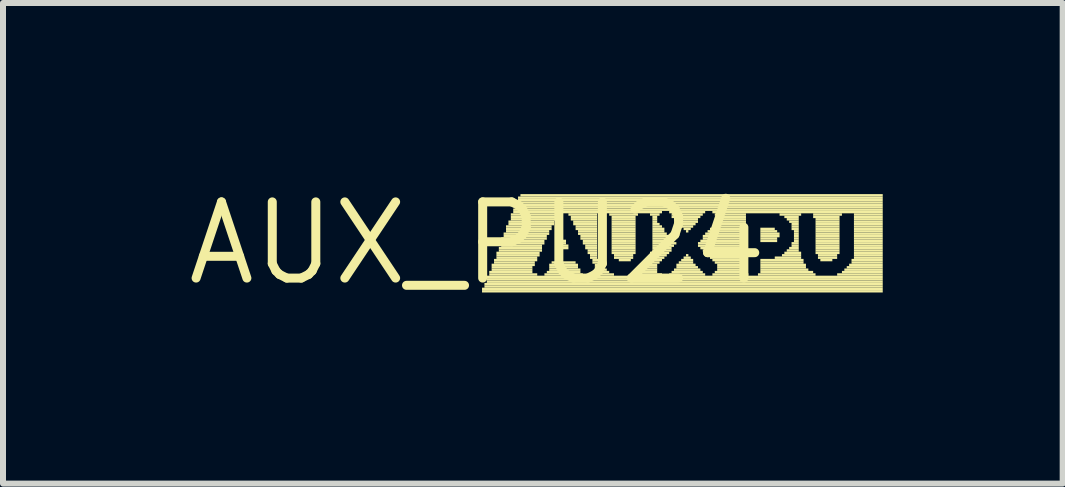
<source format=kicad_pcb>
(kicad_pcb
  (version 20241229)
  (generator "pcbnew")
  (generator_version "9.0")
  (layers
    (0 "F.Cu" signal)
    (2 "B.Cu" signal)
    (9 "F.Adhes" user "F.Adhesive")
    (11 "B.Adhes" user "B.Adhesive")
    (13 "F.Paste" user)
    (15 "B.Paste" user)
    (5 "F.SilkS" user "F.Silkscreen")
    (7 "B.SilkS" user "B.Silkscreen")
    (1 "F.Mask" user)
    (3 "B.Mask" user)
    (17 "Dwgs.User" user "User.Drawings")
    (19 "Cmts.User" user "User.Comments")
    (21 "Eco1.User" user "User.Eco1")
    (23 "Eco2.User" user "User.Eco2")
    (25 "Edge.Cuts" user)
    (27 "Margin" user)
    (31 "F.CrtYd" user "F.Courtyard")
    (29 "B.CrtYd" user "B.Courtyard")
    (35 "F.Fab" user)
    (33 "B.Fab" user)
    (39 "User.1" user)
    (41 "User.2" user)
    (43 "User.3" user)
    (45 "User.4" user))
  (footprint "AUX_PU24"
    (layer "F.Cu")
    (at 4.906 1.006)
    (property "Reference" "AUX_PU24" (at 0 0 0) (layer "F.SilkS") (effects (font (size 1.27 1.27) (thickness 0.15))))
    (fp_poly (pts (xy 0.08 0.78) (xy 6.76 0.78) (xy 6.76 0.74) (xy 0.08 0.74)) (stroke (width 0) (type default)) (fill yes) (layer "F.SilkS"))
    (fp_poly (pts (xy 0.08 0.82) (xy 6.76 0.82) (xy 6.76 0.78) (xy 0.08 0.78)) (stroke (width 0) (type default)) (fill yes) (layer "F.SilkS"))
    (fp_poly (pts (xy 0.12 0.7) (xy 6.76 0.7) (xy 6.76 0.66) (xy 0.12 0.66)) (stroke (width 0) (type default)) (fill yes) (layer "F.SilkS"))
    (fp_poly (pts (xy 0.12 0.74) (xy 6.76 0.74) (xy 6.76 0.7) (xy 0.12 0.7)) (stroke (width 0) (type default)) (fill yes) (layer "F.SilkS"))
    (fp_poly (pts (xy 0.16 0.58) (xy 6.76 0.58) (xy 6.76 0.54) (xy 0.16 0.54)) (stroke (width 0) (type default)) (fill yes) (layer "F.SilkS"))
    (fp_poly (pts (xy 0.16 0.62) (xy 6.76 0.62) (xy 6.76 0.58) (xy 0.16 0.58)) (stroke (width 0) (type default)) (fill yes) (layer "F.SilkS"))
    (fp_poly (pts (xy 0.16 0.66) (xy 6.76 0.66) (xy 6.76 0.62) (xy 0.16 0.62)) (stroke (width 0) (type default)) (fill yes) (layer "F.SilkS"))
    (fp_poly (pts (xy 0.2 0.5) (xy 0.92 0.5) (xy 0.92 0.46) (xy 0.2 0.46)) (stroke (width 0) (type default)) (fill yes) (layer "F.SilkS"))
    (fp_poly (pts (xy 0.2 0.54) (xy 1 0.54) (xy 1 0.5) (xy 0.2 0.5)) (stroke (width 0) (type default)) (fill yes) (layer "F.SilkS"))
    (fp_poly (pts (xy 0.24 0.38) (xy 0.96 0.38) (xy 0.96 0.34) (xy 0.24 0.34)) (stroke (width 0) (type default)) (fill yes) (layer "F.SilkS"))
    (fp_poly (pts (xy 0.24 0.42) (xy 0.92 0.42) (xy 0.92 0.38) (xy 0.24 0.38)) (stroke (width 0) (type default)) (fill yes) (layer "F.SilkS"))
    (fp_poly (pts (xy 0.24 0.46) (xy 0.92 0.46) (xy 0.92 0.42) (xy 0.24 0.42)) (stroke (width 0) (type default)) (fill yes) (layer "F.SilkS"))
    (fp_poly (pts (xy 0.28 0.3) (xy 1 0.3) (xy 1 0.26) (xy 0.28 0.26)) (stroke (width 0) (type default)) (fill yes) (layer "F.SilkS"))
    (fp_poly (pts (xy 0.28 0.34) (xy 0.96 0.34) (xy 0.96 0.3) (xy 0.28 0.3)) (stroke (width 0) (type default)) (fill yes) (layer "F.SilkS"))
    (fp_poly (pts (xy 0.32 0.18) (xy 1.04 0.18) (xy 1.04 0.14) (xy 0.32 0.14)) (stroke (width 0) (type default)) (fill yes) (layer "F.SilkS"))
    (fp_poly (pts (xy 0.32 0.22) (xy 1.04 0.22) (xy 1.04 0.18) (xy 0.32 0.18)) (stroke (width 0) (type default)) (fill yes) (layer "F.SilkS"))
    (fp_poly (pts (xy 0.32 0.26) (xy 1 0.26) (xy 1 0.22) (xy 0.32 0.22)) (stroke (width 0) (type default)) (fill yes) (layer "F.SilkS"))
    (fp_poly (pts (xy 0.36 0.1) (xy 1.08 0.1) (xy 1.08 0.06) (xy 0.36 0.06)) (stroke (width 0) (type default)) (fill yes) (layer "F.SilkS"))
    (fp_poly (pts (xy 0.36 0.14) (xy 1.08 0.14) (xy 1.08 0.1) (xy 0.36 0.1)) (stroke (width 0) (type default)) (fill yes) (layer "F.SilkS"))
    (fp_poly (pts (xy 0.4 -0.06) (xy 1.16 -0.06) (xy 1.16 -0.1) (xy 0.4 -0.1)) (stroke (width 0) (type default)) (fill yes) (layer "F.SilkS"))
    (fp_poly (pts (xy 0.4 -0.02) (xy 1.12 -0.02) (xy 1.12 -0.06) (xy 0.4 -0.06)) (stroke (width 0) (type default)) (fill yes) (layer "F.SilkS"))
    (fp_poly (pts (xy 0.4 0.02) (xy 1.12 0.02) (xy 1.12 -0.02) (xy 0.4 -0.02)) (stroke (width 0) (type default)) (fill yes) (layer "F.SilkS"))
    (fp_poly (pts (xy 0.4 0.06) (xy 1.08 0.06) (xy 1.08 0.02) (xy 0.4 0.02)) (stroke (width 0) (type default)) (fill yes) (layer "F.SilkS"))
    (fp_poly (pts (xy 0.44 -0.14) (xy 1.2 -0.14) (xy 1.2 -0.18) (xy 0.44 -0.18)) (stroke (width 0) (type default)) (fill yes) (layer "F.SilkS"))
    (fp_poly (pts (xy 0.44 -0.1) (xy 1.16 -0.1) (xy 1.16 -0.14) (xy 0.44 -0.14)) (stroke (width 0) (type default)) (fill yes) (layer "F.SilkS"))
    (fp_poly (pts (xy 0.48 -0.26) (xy 1.24 -0.26) (xy 1.24 -0.3) (xy 0.48 -0.3)) (stroke (width 0) (type default)) (fill yes) (layer "F.SilkS"))
    (fp_poly (pts (xy 0.48 -0.22) (xy 1.24 -0.22) (xy 1.24 -0.26) (xy 0.48 -0.26)) (stroke (width 0) (type default)) (fill yes) (layer "F.SilkS"))
    (fp_poly (pts (xy 0.48 -0.18) (xy 1.2 -0.18) (xy 1.2 -0.22) (xy 0.48 -0.22)) (stroke (width 0) (type default)) (fill yes) (layer "F.SilkS"))
    (fp_poly (pts (xy 0.52 -0.34) (xy 1.28 -0.34) (xy 1.28 -0.38) (xy 0.52 -0.38)) (stroke (width 0) (type default)) (fill yes) (layer "F.SilkS"))
    (fp_poly (pts (xy 0.52 -0.3) (xy 1.28 -0.3) (xy 1.28 -0.34) (xy 0.52 -0.34)) (stroke (width 0) (type default)) (fill yes) (layer "F.SilkS"))
    (fp_poly (pts (xy 0.56 -0.46) (xy 1.36 -0.46) (xy 1.36 -0.5) (xy 0.56 -0.5)) (stroke (width 0) (type default)) (fill yes) (layer "F.SilkS"))
    (fp_poly (pts (xy 0.56 -0.42) (xy 1.32 -0.42) (xy 1.32 -0.46) (xy 0.56 -0.46)) (stroke (width 0) (type default)) (fill yes) (layer "F.SilkS"))
    (fp_poly (pts (xy 0.56 -0.38) (xy 1.32 -0.38) (xy 1.32 -0.42) (xy 0.56 -0.42)) (stroke (width 0) (type default)) (fill yes) (layer "F.SilkS"))
    (fp_poly (pts (xy 0.6 -0.54) (xy 6.76 -0.54) (xy 6.76 -0.58) (xy 0.6 -0.58)) (stroke (width 0) (type default)) (fill yes) (layer "F.SilkS"))
    (fp_poly (pts (xy 0.6 -0.5) (xy 3.08 -0.5) (xy 3.08 -0.54) (xy 0.6 -0.54)) (stroke (width 0) (type default)) (fill yes) (layer "F.SilkS"))
    (fp_poly (pts (xy 0.64 -0.66) (xy 6.76 -0.66) (xy 6.76 -0.7) (xy 0.64 -0.7)) (stroke (width 0) (type default)) (fill yes) (layer "F.SilkS"))
    (fp_poly (pts (xy 0.64 -0.62) (xy 6.76 -0.62) (xy 6.76 -0.66) (xy 0.64 -0.66)) (stroke (width 0) (type default)) (fill yes) (layer "F.SilkS"))
    (fp_poly (pts (xy 0.64 -0.58) (xy 6.76 -0.58) (xy 6.76 -0.62) (xy 0.64 -0.62)) (stroke (width 0) (type default)) (fill yes) (layer "F.SilkS"))
    (fp_poly (pts (xy 0.68 -0.74) (xy 6.76 -0.74) (xy 6.76 -0.78) (xy 0.68 -0.78)) (stroke (width 0) (type default)) (fill yes) (layer "F.SilkS"))
    (fp_poly (pts (xy 0.68 -0.7) (xy 6.76 -0.7) (xy 6.76 -0.74) (xy 0.68 -0.74)) (stroke (width 0) (type default)) (fill yes) (layer "F.SilkS"))
    (fp_poly (pts (xy 0.72 -0.78) (xy 6.76 -0.78) (xy 6.76 -0.82) (xy 0.72 -0.82)) (stroke (width 0) (type default)) (fill yes) (layer "F.SilkS"))
    (fp_poly (pts (xy 1.12 0.54) (xy 1.76 0.54) (xy 1.76 0.5) (xy 1.12 0.5)) (stroke (width 0) (type default)) (fill yes) (layer "F.SilkS"))
    (fp_poly (pts (xy 1.16 0.5) (xy 1.72 0.5) (xy 1.72 0.46) (xy 1.16 0.46)) (stroke (width 0) (type default)) (fill yes) (layer "F.SilkS"))
    (fp_poly (pts (xy 1.2 0.38) (xy 1.68 0.38) (xy 1.68 0.34) (xy 1.2 0.34)) (stroke (width 0) (type default)) (fill yes) (layer "F.SilkS"))
    (fp_poly (pts (xy 1.2 0.42) (xy 1.68 0.42) (xy 1.68 0.38) (xy 1.2 0.38)) (stroke (width 0) (type default)) (fill yes) (layer "F.SilkS"))
    (fp_poly (pts (xy 1.2 0.46) (xy 1.72 0.46) (xy 1.72 0.42) (xy 1.2 0.42)) (stroke (width 0) (type default)) (fill yes) (layer "F.SilkS"))
    (fp_poly (pts (xy 1.24 0.34) (xy 1.64 0.34) (xy 1.64 0.3) (xy 1.24 0.3)) (stroke (width 0) (type default)) (fill yes) (layer "F.SilkS"))
    (fp_poly (pts (xy 1.36 0.06) (xy 1.52 0.06) (xy 1.52 0.02) (xy 1.36 0.02)) (stroke (width 0) (type default)) (fill yes) (layer "F.SilkS"))
    (fp_poly (pts (xy 1.36 0.1) (xy 1.52 0.1) (xy 1.52 0.06) (xy 1.36 0.06)) (stroke (width 0) (type default)) (fill yes) (layer "F.SilkS"))
    (fp_poly (pts (xy 1.4 -0.02) (xy 1.48 -0.02) (xy 1.48 -0.06) (xy 1.4 -0.06)) (stroke (width 0) (type default)) (fill yes) (layer "F.SilkS"))
    (fp_poly (pts (xy 1.4 0.02) (xy 1.48 0.02) (xy 1.48 -0.02) (xy 1.4 -0.02)) (stroke (width 0) (type default)) (fill yes) (layer "F.SilkS"))
    (fp_poly (pts (xy 1.52 -0.46) (xy 2 -0.46) (xy 2 -0.5) (xy 1.52 -0.5)) (stroke (width 0) (type default)) (fill yes) (layer "F.SilkS"))
    (fp_poly (pts (xy 1.56 -0.42) (xy 2 -0.42) (xy 2 -0.46) (xy 1.56 -0.46)) (stroke (width 0) (type default)) (fill yes) (layer "F.SilkS"))
    (fp_poly (pts (xy 1.56 -0.38) (xy 2 -0.38) (xy 2 -0.42) (xy 1.56 -0.42)) (stroke (width 0) (type default)) (fill yes) (layer "F.SilkS"))
    (fp_poly (pts (xy 1.6 -0.34) (xy 2 -0.34) (xy 2 -0.38) (xy 1.6 -0.38)) (stroke (width 0) (type default)) (fill yes) (layer "F.SilkS"))
    (fp_poly (pts (xy 1.6 -0.3) (xy 2 -0.3) (xy 2 -0.34) (xy 1.6 -0.34)) (stroke (width 0) (type default)) (fill yes) (layer "F.SilkS"))
    (fp_poly (pts (xy 1.64 -0.26) (xy 2 -0.26) (xy 2 -0.3) (xy 1.64 -0.3)) (stroke (width 0) (type default)) (fill yes) (layer "F.SilkS"))
    (fp_poly (pts (xy 1.64 -0.22) (xy 2 -0.22) (xy 2 -0.26) (xy 1.64 -0.26)) (stroke (width 0) (type default)) (fill yes) (layer "F.SilkS"))
    (fp_poly (pts (xy 1.68 -0.18) (xy 2 -0.18) (xy 2 -0.22) (xy 1.68 -0.22)) (stroke (width 0) (type default)) (fill yes) (layer "F.SilkS"))
    (fp_poly (pts (xy 1.68 -0.14) (xy 2 -0.14) (xy 2 -0.18) (xy 1.68 -0.18)) (stroke (width 0) (type default)) (fill yes) (layer "F.SilkS"))
    (fp_poly (pts (xy 1.72 -0.1) (xy 2 -0.1) (xy 2 -0.14) (xy 1.72 -0.14)) (stroke (width 0) (type default)) (fill yes) (layer "F.SilkS"))
    (fp_poly (pts (xy 1.72 -0.06) (xy 2 -0.06) (xy 2 -0.1) (xy 1.72 -0.1)) (stroke (width 0) (type default)) (fill yes) (layer "F.SilkS"))
    (fp_poly (pts (xy 1.76 -0.02) (xy 2 -0.02) (xy 2 -0.06) (xy 1.76 -0.06)) (stroke (width 0) (type default)) (fill yes) (layer "F.SilkS"))
    (fp_poly (pts (xy 1.76 0.02) (xy 2 0.02) (xy 2 -0.02) (xy 1.76 -0.02)) (stroke (width 0) (type default)) (fill yes) (layer "F.SilkS"))
    (fp_poly (pts (xy 1.8 0.06) (xy 2 0.06) (xy 2 0.02) (xy 1.8 0.02)) (stroke (width 0) (type default)) (fill yes) (layer "F.SilkS"))
    (fp_poly (pts (xy 1.8 0.1) (xy 2 0.1) (xy 2 0.06) (xy 1.8 0.06)) (stroke (width 0) (type default)) (fill yes) (layer "F.SilkS"))
    (fp_poly (pts (xy 1.84 0.14) (xy 2 0.14) (xy 2 0.1) (xy 1.84 0.1)) (stroke (width 0) (type default)) (fill yes) (layer "F.SilkS"))
    (fp_poly (pts (xy 1.84 0.18) (xy 2 0.18) (xy 2 0.14) (xy 1.84 0.14)) (stroke (width 0) (type default)) (fill yes) (layer "F.SilkS"))
    (fp_poly (pts (xy 1.88 0.22) (xy 2 0.22) (xy 2 0.18) (xy 1.88 0.18)) (stroke (width 0) (type default)) (fill yes) (layer "F.SilkS"))
    (fp_poly (pts (xy 1.88 0.26) (xy 2 0.26) (xy 2 0.22) (xy 1.88 0.22)) (stroke (width 0) (type default)) (fill yes) (layer "F.SilkS"))
    (fp_poly (pts (xy 1.92 0.3) (xy 2.04 0.3) (xy 2.04 0.26) (xy 1.92 0.26)) (stroke (width 0) (type default)) (fill yes) (layer "F.SilkS"))
    (fp_poly (pts (xy 1.92 0.34) (xy 2.04 0.34) (xy 2.04 0.3) (xy 1.92 0.3)) (stroke (width 0) (type default)) (fill yes) (layer "F.SilkS"))
    (fp_poly (pts (xy 1.92 0.54) (xy 2.28 0.54) (xy 2.28 0.5) (xy 1.92 0.5)) (stroke (width 0) (type default)) (fill yes) (layer "F.SilkS"))
    (fp_poly (pts (xy 1.96 0.38) (xy 2.08 0.38) (xy 2.08 0.34) (xy 1.96 0.34)) (stroke (width 0) (type default)) (fill yes) (layer "F.SilkS"))
    (fp_poly (pts (xy 1.96 0.42) (xy 2.12 0.42) (xy 2.12 0.38) (xy 1.96 0.38)) (stroke (width 0) (type default)) (fill yes) (layer "F.SilkS"))
    (fp_poly (pts (xy 1.96 0.46) (xy 2.16 0.46) (xy 2.16 0.42) (xy 1.96 0.42)) (stroke (width 0) (type default)) (fill yes) (layer "F.SilkS"))
    (fp_poly (pts (xy 1.96 0.5) (xy 2.2 0.5) (xy 2.2 0.46) (xy 1.96 0.46)) (stroke (width 0) (type default)) (fill yes) (layer "F.SilkS"))
    (fp_poly (pts (xy 2.2 -0.46) (xy 2.68 -0.46) (xy 2.68 -0.5) (xy 2.2 -0.5)) (stroke (width 0) (type default)) (fill yes) (layer "F.SilkS"))
    (fp_poly (pts (xy 2.24 -0.42) (xy 2.64 -0.42) (xy 2.64 -0.46) (xy 2.24 -0.46)) (stroke (width 0) (type default)) (fill yes) (layer "F.SilkS"))
    (fp_poly (pts (xy 2.24 -0.38) (xy 2.64 -0.38) (xy 2.64 -0.42) (xy 2.24 -0.42)) (stroke (width 0) (type default)) (fill yes) (layer "F.SilkS"))
    (fp_poly (pts (xy 2.24 -0.34) (xy 2.64 -0.34) (xy 2.64 -0.38) (xy 2.24 -0.38)) (stroke (width 0) (type default)) (fill yes) (layer "F.SilkS"))
    (fp_poly (pts (xy 2.24 -0.3) (xy 2.64 -0.3) (xy 2.64 -0.34) (xy 2.24 -0.34)) (stroke (width 0) (type default)) (fill yes) (layer "F.SilkS"))
    (fp_poly (pts (xy 2.24 -0.26) (xy 2.64 -0.26) (xy 2.64 -0.3) (xy 2.24 -0.3)) (stroke (width 0) (type default)) (fill yes) (layer "F.SilkS"))
    (fp_poly (pts (xy 2.24 -0.22) (xy 2.64 -0.22) (xy 2.64 -0.26) (xy 2.24 -0.26)) (stroke (width 0) (type default)) (fill yes) (layer "F.SilkS"))
    (fp_poly (pts (xy 2.24 -0.18) (xy 2.64 -0.18) (xy 2.64 -0.22) (xy 2.24 -0.22)) (stroke (width 0) (type default)) (fill yes) (layer "F.SilkS"))
    (fp_poly (pts (xy 2.24 -0.14) (xy 2.64 -0.14) (xy 2.64 -0.18) (xy 2.24 -0.18)) (stroke (width 0) (type default)) (fill yes) (layer "F.SilkS"))
    (fp_poly (pts (xy 2.24 -0.1) (xy 2.64 -0.1) (xy 2.64 -0.14) (xy 2.24 -0.14)) (stroke (width 0) (type default)) (fill yes) (layer "F.SilkS"))
    (fp_poly (pts (xy 2.24 -0.06) (xy 2.64 -0.06) (xy 2.64 -0.1) (xy 2.24 -0.1)) (stroke (width 0) (type default)) (fill yes) (layer "F.SilkS"))
    (fp_poly (pts (xy 2.24 -0.02) (xy 2.64 -0.02) (xy 2.64 -0.06) (xy 2.24 -0.06)) (stroke (width 0) (type default)) (fill yes) (layer "F.SilkS"))
    (fp_poly (pts (xy 2.24 0.02) (xy 2.64 0.02) (xy 2.64 -0.02) (xy 2.24 -0.02)) (stroke (width 0) (type default)) (fill yes) (layer "F.SilkS"))
    (fp_poly (pts (xy 2.24 0.06) (xy 2.64 0.06) (xy 2.64 0.02) (xy 2.24 0.02)) (stroke (width 0) (type default)) (fill yes) (layer "F.SilkS"))
    (fp_poly (pts (xy 2.24 0.1) (xy 2.64 0.1) (xy 2.64 0.06) (xy 2.24 0.06)) (stroke (width 0) (type default)) (fill yes) (layer "F.SilkS"))
    (fp_poly (pts (xy 2.24 0.14) (xy 2.64 0.14) (xy 2.64 0.1) (xy 2.24 0.1)) (stroke (width 0) (type default)) (fill yes) (layer "F.SilkS"))
    (fp_poly (pts (xy 2.24 0.18) (xy 2.64 0.18) (xy 2.64 0.14) (xy 2.24 0.14)) (stroke (width 0) (type default)) (fill yes) (layer "F.SilkS"))
    (fp_poly (pts (xy 2.28 0.22) (xy 2.6 0.22) (xy 2.6 0.18) (xy 2.28 0.18)) (stroke (width 0) (type default)) (fill yes) (layer "F.SilkS"))
    (fp_poly (pts (xy 2.28 0.26) (xy 2.6 0.26) (xy 2.6 0.22) (xy 2.28 0.22)) (stroke (width 0) (type default)) (fill yes) (layer "F.SilkS"))
    (fp_poly (pts (xy 2.36 0.3) (xy 2.56 0.3) (xy 2.56 0.26) (xy 2.36 0.26)) (stroke (width 0) (type default)) (fill yes) (layer "F.SilkS"))
    (fp_poly (pts (xy 2.64 0.54) (xy 3.08 0.54) (xy 3.08 0.5) (xy 2.64 0.5)) (stroke (width 0) (type default)) (fill yes) (layer "F.SilkS"))
    (fp_poly (pts (xy 2.68 0.5) (xy 3 0.5) (xy 3 0.46) (xy 2.68 0.46)) (stroke (width 0) (type default)) (fill yes) (layer "F.SilkS"))
    (fp_poly (pts (xy 2.76 0.46) (xy 3 0.46) (xy 3 0.42) (xy 2.76 0.42)) (stroke (width 0) (type default)) (fill yes) (layer "F.SilkS"))
    (fp_poly (pts (xy 2.8 0.38) (xy 3 0.38) (xy 3 0.34) (xy 2.8 0.34)) (stroke (width 0) (type default)) (fill yes) (layer "F.SilkS"))
    (fp_poly (pts (xy 2.8 0.42) (xy 3 0.42) (xy 3 0.38) (xy 2.8 0.38)) (stroke (width 0) (type default)) (fill yes) (layer "F.SilkS"))
    (fp_poly (pts (xy 2.84 0.3) (xy 3.08 0.3) (xy 3.08 0.26) (xy 2.84 0.26)) (stroke (width 0) (type default)) (fill yes) (layer "F.SilkS"))
    (fp_poly (pts (xy 2.84 0.34) (xy 3.04 0.34) (xy 3.04 0.3) (xy 2.84 0.3)) (stroke (width 0) (type default)) (fill yes) (layer "F.SilkS"))
    (fp_poly (pts (xy 2.88 -0.46) (xy 3.04 -0.46) (xy 3.04 -0.5) (xy 2.88 -0.5)) (stroke (width 0) (type default)) (fill yes) (layer "F.SilkS"))
    (fp_poly (pts (xy 2.88 0.18) (xy 3.2 0.18) (xy 3.2 0.14) (xy 2.88 0.14)) (stroke (width 0) (type default)) (fill yes) (layer "F.SilkS"))
    (fp_poly (pts (xy 2.88 0.22) (xy 3.16 0.22) (xy 3.16 0.18) (xy 2.88 0.18)) (stroke (width 0) (type default)) (fill yes) (layer "F.SilkS"))
    (fp_poly (pts (xy 2.88 0.26) (xy 3.12 0.26) (xy 3.12 0.22) (xy 2.88 0.22)) (stroke (width 0) (type default)) (fill yes) (layer "F.SilkS"))
    (fp_poly (pts (xy 2.92 -0.42) (xy 3 -0.42) (xy 3 -0.46) (xy 2.92 -0.46)) (stroke (width 0) (type default)) (fill yes) (layer "F.SilkS"))
    (fp_poly (pts (xy 2.92 -0.38) (xy 3 -0.38) (xy 3 -0.42) (xy 2.92 -0.42)) (stroke (width 0) (type default)) (fill yes) (layer "F.SilkS"))
    (fp_poly (pts (xy 2.92 -0.34) (xy 3 -0.34) (xy 3 -0.38) (xy 2.92 -0.38)) (stroke (width 0) (type default)) (fill yes) (layer "F.SilkS"))
    (fp_poly (pts (xy 2.92 -0.3) (xy 3.04 -0.3) (xy 3.04 -0.34) (xy 2.92 -0.34)) (stroke (width 0) (type default)) (fill yes) (layer "F.SilkS"))
    (fp_poly (pts (xy 2.92 -0.26) (xy 3.08 -0.26) (xy 3.08 -0.3) (xy 2.92 -0.3)) (stroke (width 0) (type default)) (fill yes) (layer "F.SilkS"))
    (fp_poly (pts (xy 2.92 -0.22) (xy 3.12 -0.22) (xy 3.12 -0.26) (xy 2.92 -0.26)) (stroke (width 0) (type default)) (fill yes) (layer "F.SilkS"))
    (fp_poly (pts (xy 2.92 -0.18) (xy 3.12 -0.18) (xy 3.12 -0.22) (xy 2.92 -0.22)) (stroke (width 0) (type default)) (fill yes) (layer "F.SilkS"))
    (fp_poly (pts (xy 2.92 -0.14) (xy 3.16 -0.14) (xy 3.16 -0.18) (xy 2.92 -0.18)) (stroke (width 0) (type default)) (fill yes) (layer "F.SilkS"))
    (fp_poly (pts (xy 2.92 -0.1) (xy 3.2 -0.1) (xy 3.2 -0.14) (xy 2.92 -0.14)) (stroke (width 0) (type default)) (fill yes) (layer "F.SilkS"))
    (fp_poly (pts (xy 2.92 -0.06) (xy 3.24 -0.06) (xy 3.24 -0.1) (xy 2.92 -0.1)) (stroke (width 0) (type default)) (fill yes) (layer "F.SilkS"))
    (fp_poly (pts (xy 2.92 -0.02) (xy 3.28 -0.02) (xy 3.28 -0.06) (xy 2.92 -0.06)) (stroke (width 0) (type default)) (fill yes) (layer "F.SilkS"))
    (fp_poly (pts (xy 2.92 0.02) (xy 3.32 0.02) (xy 3.32 -0.02) (xy 2.92 -0.02)) (stroke (width 0) (type default)) (fill yes) (layer "F.SilkS"))
    (fp_poly (pts (xy 2.92 0.06) (xy 3.28 0.06) (xy 3.28 0.02) (xy 2.92 0.02)) (stroke (width 0) (type default)) (fill yes) (layer "F.SilkS"))
    (fp_poly (pts (xy 2.92 0.1) (xy 3.24 0.1) (xy 3.24 0.06) (xy 2.92 0.06)) (stroke (width 0) (type default)) (fill yes) (layer "F.SilkS"))
    (fp_poly (pts (xy 2.92 0.14) (xy 3.24 0.14) (xy 3.24 0.1) (xy 2.92 0.1)) (stroke (width 0) (type default)) (fill yes) (layer "F.SilkS"))
    (fp_poly (pts (xy 3.2 -0.5) (xy 3.8 -0.5) (xy 3.8 -0.54) (xy 3.2 -0.54)) (stroke (width 0) (type default)) (fill yes) (layer "F.SilkS"))
    (fp_poly (pts (xy 3.2 0.54) (xy 3.8 0.54) (xy 3.8 0.5) (xy 3.2 0.5)) (stroke (width 0) (type default)) (fill yes) (layer "F.SilkS"))
    (fp_poly (pts (xy 3.24 -0.46) (xy 3.76 -0.46) (xy 3.76 -0.5) (xy 3.24 -0.5)) (stroke (width 0) (type default)) (fill yes) (layer "F.SilkS"))
    (fp_poly (pts (xy 3.24 -0.42) (xy 3.72 -0.42) (xy 3.72 -0.46) (xy 3.24 -0.46)) (stroke (width 0) (type default)) (fill yes) (layer "F.SilkS"))
    (fp_poly (pts (xy 3.24 0.5) (xy 3.76 0.5) (xy 3.76 0.46) (xy 3.24 0.46)) (stroke (width 0) (type default)) (fill yes) (layer "F.SilkS"))
    (fp_poly (pts (xy 3.28 -0.38) (xy 3.68 -0.38) (xy 3.68 -0.42) (xy 3.28 -0.42)) (stroke (width 0) (type default)) (fill yes) (layer "F.SilkS"))
    (fp_poly (pts (xy 3.28 0.46) (xy 3.72 0.46) (xy 3.72 0.42) (xy 3.28 0.42)) (stroke (width 0) (type default)) (fill yes) (layer "F.SilkS"))
    (fp_poly (pts (xy 3.32 -0.34) (xy 3.68 -0.34) (xy 3.68 -0.38) (xy 3.32 -0.38)) (stroke (width 0) (type default)) (fill yes) (layer "F.SilkS"))
    (fp_poly (pts (xy 3.32 0.38) (xy 3.64 0.38) (xy 3.64 0.34) (xy 3.32 0.34)) (stroke (width 0) (type default)) (fill yes) (layer "F.SilkS"))
    (fp_poly (pts (xy 3.32 0.42) (xy 3.68 0.42) (xy 3.68 0.38) (xy 3.32 0.38)) (stroke (width 0) (type default)) (fill yes) (layer "F.SilkS"))
    (fp_poly (pts (xy 3.36 -0.3) (xy 3.64 -0.3) (xy 3.64 -0.34) (xy 3.36 -0.34)) (stroke (width 0) (type default)) (fill yes) (layer "F.SilkS"))
    (fp_poly (pts (xy 3.36 0.34) (xy 3.6 0.34) (xy 3.6 0.3) (xy 3.36 0.3)) (stroke (width 0) (type default)) (fill yes) (layer "F.SilkS"))
    (fp_poly (pts (xy 3.4 -0.26) (xy 3.6 -0.26) (xy 3.6 -0.3) (xy 3.4 -0.3)) (stroke (width 0) (type default)) (fill yes) (layer "F.SilkS"))
    (fp_poly (pts (xy 3.4 0.3) (xy 3.6 0.3) (xy 3.6 0.26) (xy 3.4 0.26)) (stroke (width 0) (type default)) (fill yes) (layer "F.SilkS"))
    (fp_poly (pts (xy 3.44 -0.22) (xy 3.56 -0.22) (xy 3.56 -0.26) (xy 3.44 -0.26)) (stroke (width 0) (type default)) (fill yes) (layer "F.SilkS"))
    (fp_poly (pts (xy 3.44 0.26) (xy 3.56 0.26) (xy 3.56 0.22) (xy 3.44 0.22)) (stroke (width 0) (type default)) (fill yes) (layer "F.SilkS"))
    (fp_poly (pts (xy 3.48 -0.18) (xy 3.52 -0.18) (xy 3.52 -0.22) (xy 3.48 -0.22)) (stroke (width 0) (type default)) (fill yes) (layer "F.SilkS"))
    (fp_poly (pts (xy 3.48 0.22) (xy 3.52 0.22) (xy 3.52 0.18) (xy 3.48 0.18)) (stroke (width 0) (type default)) (fill yes) (layer "F.SilkS"))
    (fp_poly (pts (xy 3.68 0.02) (xy 4.48 0.02) (xy 4.48 -0.02) (xy 3.68 -0.02)) (stroke (width 0) (type default)) (fill yes) (layer "F.SilkS"))
    (fp_poly (pts (xy 3.68 0.06) (xy 4.48 0.06) (xy 4.48 0.02) (xy 3.68 0.02)) (stroke (width 0) (type default)) (fill yes) (layer "F.SilkS"))
    (fp_poly (pts (xy 3.72 -0.02) (xy 4.48 -0.02) (xy 4.48 -0.06) (xy 3.72 -0.06)) (stroke (width 0) (type default)) (fill yes) (layer "F.SilkS"))
    (fp_poly (pts (xy 3.72 0.1) (xy 4.48 0.1) (xy 4.48 0.06) (xy 3.72 0.06)) (stroke (width 0) (type default)) (fill yes) (layer "F.SilkS"))
    (fp_poly (pts (xy 3.76 -0.1) (xy 4.48 -0.1) (xy 4.48 -0.14) (xy 3.76 -0.14)) (stroke (width 0) (type default)) (fill yes) (layer "F.SilkS"))
    (fp_poly (pts (xy 3.76 -0.06) (xy 4.48 -0.06) (xy 4.48 -0.1) (xy 3.76 -0.1)) (stroke (width 0) (type default)) (fill yes) (layer "F.SilkS"))
    (fp_poly (pts (xy 3.76 0.14) (xy 4.48 0.14) (xy 4.48 0.1) (xy 3.76 0.1)) (stroke (width 0) (type default)) (fill yes) (layer "F.SilkS"))
    (fp_poly (pts (xy 3.8 -0.14) (xy 4.48 -0.14) (xy 4.48 -0.18) (xy 3.8 -0.18)) (stroke (width 0) (type default)) (fill yes) (layer "F.SilkS"))
    (fp_poly (pts (xy 3.8 0.18) (xy 4.48 0.18) (xy 4.48 0.14) (xy 3.8 0.14)) (stroke (width 0) (type default)) (fill yes) (layer "F.SilkS"))
    (fp_poly (pts (xy 3.84 -0.18) (xy 4.48 -0.18) (xy 4.48 -0.22) (xy 3.84 -0.22)) (stroke (width 0) (type default)) (fill yes) (layer "F.SilkS"))
    (fp_poly (pts (xy 3.84 0.22) (xy 4.48 0.22) (xy 4.48 0.18) (xy 3.84 0.18)) (stroke (width 0) (type default)) (fill yes) (layer "F.SilkS"))
    (fp_poly (pts (xy 3.88 -0.22) (xy 4.48 -0.22) (xy 4.48 -0.26) (xy 3.88 -0.26)) (stroke (width 0) (type default)) (fill yes) (layer "F.SilkS"))
    (fp_poly (pts (xy 3.88 0.26) (xy 4.48 0.26) (xy 4.48 0.22) (xy 3.88 0.22)) (stroke (width 0) (type default)) (fill yes) (layer "F.SilkS"))
    (fp_poly (pts (xy 3.92 -0.5) (xy 6.76 -0.5) (xy 6.76 -0.54) (xy 3.92 -0.54)) (stroke (width 0) (type default)) (fill yes) (layer "F.SilkS"))
    (fp_poly (pts (xy 3.92 -0.26) (xy 4.48 -0.26) (xy 4.48 -0.3) (xy 3.92 -0.3)) (stroke (width 0) (type default)) (fill yes) (layer "F.SilkS"))
    (fp_poly (pts (xy 3.92 0.3) (xy 4.48 0.3) (xy 4.48 0.26) (xy 3.92 0.26)) (stroke (width 0) (type default)) (fill yes) (layer "F.SilkS"))
    (fp_poly (pts (xy 3.92 0.54) (xy 4.52 0.54) (xy 4.52 0.5) (xy 3.92 0.5)) (stroke (width 0) (type default)) (fill yes) (layer "F.SilkS"))
    (fp_poly (pts (xy 3.96 -0.46) (xy 4.48 -0.46) (xy 4.48 -0.5) (xy 3.96 -0.5)) (stroke (width 0) (type default)) (fill yes) (layer "F.SilkS"))
    (fp_poly (pts (xy 3.96 -0.3) (xy 4.48 -0.3) (xy 4.48 -0.34) (xy 3.96 -0.34)) (stroke (width 0) (type default)) (fill yes) (layer "F.SilkS"))
    (fp_poly (pts (xy 3.96 0.34) (xy 4.48 0.34) (xy 4.48 0.3) (xy 3.96 0.3)) (stroke (width 0) (type default)) (fill yes) (layer "F.SilkS"))
    (fp_poly (pts (xy 3.96 0.5) (xy 4.48 0.5) (xy 4.48 0.46) (xy 3.96 0.46)) (stroke (width 0) (type default)) (fill yes) (layer "F.SilkS"))
    (fp_poly (pts (xy 4 -0.42) (xy 4.48 -0.42) (xy 4.48 -0.46) (xy 4 -0.46)) (stroke (width 0) (type default)) (fill yes) (layer "F.SilkS"))
    (fp_poly (pts (xy 4 -0.38) (xy 4.48 -0.38) (xy 4.48 -0.42) (xy 4 -0.42)) (stroke (width 0) (type default)) (fill yes) (layer "F.SilkS"))
    (fp_poly (pts (xy 4 -0.34) (xy 4.48 -0.34) (xy 4.48 -0.38) (xy 4 -0.38)) (stroke (width 0) (type default)) (fill yes) (layer "F.SilkS"))
    (fp_poly (pts (xy 4 0.38) (xy 4.48 0.38) (xy 4.48 0.34) (xy 4 0.34)) (stroke (width 0) (type default)) (fill yes) (layer "F.SilkS"))
    (fp_poly (pts (xy 4 0.42) (xy 4.48 0.42) (xy 4.48 0.38) (xy 4 0.38)) (stroke (width 0) (type default)) (fill yes) (layer "F.SilkS"))
    (fp_poly (pts (xy 4 0.46) (xy 4.48 0.46) (xy 4.48 0.42) (xy 4 0.42)) (stroke (width 0) (type default)) (fill yes) (layer "F.SilkS"))
    (fp_poly (pts (xy 4.68 0.54) (xy 5.64 0.54) (xy 5.64 0.5) (xy 4.68 0.5)) (stroke (width 0) (type default)) (fill yes) (layer "F.SilkS"))
    (fp_poly (pts (xy 4.72 -0.22) (xy 4.96 -0.22) (xy 4.96 -0.26) (xy 4.72 -0.26)) (stroke (width 0) (type default)) (fill yes) (layer "F.SilkS"))
    (fp_poly (pts (xy 4.72 -0.18) (xy 5 -0.18) (xy 5 -0.22) (xy 4.72 -0.22)) (stroke (width 0) (type default)) (fill yes) (layer "F.SilkS"))
    (fp_poly (pts (xy 4.72 -0.14) (xy 5.04 -0.14) (xy 5.04 -0.18) (xy 4.72 -0.18)) (stroke (width 0) (type default)) (fill yes) (layer "F.SilkS"))
    (fp_poly (pts (xy 4.72 -0.1) (xy 5.04 -0.1) (xy 5.04 -0.14) (xy 4.72 -0.14)) (stroke (width 0) (type default)) (fill yes) (layer "F.SilkS"))
    (fp_poly (pts (xy 4.72 -0.06) (xy 5 -0.06) (xy 5 -0.1) (xy 4.72 -0.1)) (stroke (width 0) (type default)) (fill yes) (layer "F.SilkS"))
    (fp_poly (pts (xy 4.72 -0.02) (xy 5 -0.02) (xy 5 -0.06) (xy 4.72 -0.06)) (stroke (width 0) (type default)) (fill yes) (layer "F.SilkS"))
    (fp_poly (pts (xy 4.72 0.3) (xy 5.44 0.3) (xy 5.44 0.26) (xy 4.72 0.26)) (stroke (width 0) (type default)) (fill yes) (layer "F.SilkS"))
    (fp_poly (pts (xy 4.72 0.34) (xy 5.44 0.34) (xy 5.44 0.3) (xy 4.72 0.3)) (stroke (width 0) (type default)) (fill yes) (layer "F.SilkS"))
    (fp_poly (pts (xy 4.72 0.38) (xy 5.48 0.38) (xy 5.48 0.34) (xy 4.72 0.34)) (stroke (width 0) (type default)) (fill yes) (layer "F.SilkS"))
    (fp_poly (pts (xy 4.72 0.42) (xy 5.48 0.42) (xy 5.48 0.38) (xy 4.72 0.38)) (stroke (width 0) (type default)) (fill yes) (layer "F.SilkS"))
    (fp_poly (pts (xy 4.72 0.46) (xy 5.52 0.46) (xy 5.52 0.42) (xy 4.72 0.42)) (stroke (width 0) (type default)) (fill yes) (layer "F.SilkS"))
    (fp_poly (pts (xy 4.72 0.5) (xy 5.6 0.5) (xy 5.6 0.46) (xy 4.72 0.46)) (stroke (width 0) (type default)) (fill yes) (layer "F.SilkS"))
    (fp_poly (pts (xy 4.96 0.26) (xy 5.4 0.26) (xy 5.4 0.22) (xy 4.96 0.22)) (stroke (width 0) (type default)) (fill yes) (layer "F.SilkS"))
    (fp_poly (pts (xy 5.04 -0.46) (xy 5.4 -0.46) (xy 5.4 -0.5) (xy 5.04 -0.5)) (stroke (width 0) (type default)) (fill yes) (layer "F.SilkS"))
    (fp_poly (pts (xy 5.08 0.22) (xy 5.4 0.22) (xy 5.4 0.18) (xy 5.08 0.18)) (stroke (width 0) (type default)) (fill yes) (layer "F.SilkS"))
    (fp_poly (pts (xy 5.12 -0.42) (xy 5.36 -0.42) (xy 5.36 -0.46) (xy 5.12 -0.46)) (stroke (width 0) (type default)) (fill yes) (layer "F.SilkS"))
    (fp_poly (pts (xy 5.12 0.18) (xy 5.4 0.18) (xy 5.4 0.14) (xy 5.12 0.14)) (stroke (width 0) (type default)) (fill yes) (layer "F.SilkS"))
    (fp_poly (pts (xy 5.16 -0.38) (xy 5.36 -0.38) (xy 5.36 -0.42) (xy 5.16 -0.42)) (stroke (width 0) (type default)) (fill yes) (layer "F.SilkS"))
    (fp_poly (pts (xy 5.16 0.14) (xy 5.36 0.14) (xy 5.36 0.1) (xy 5.16 0.1)) (stroke (width 0) (type default)) (fill yes) (layer "F.SilkS"))
    (fp_poly (pts (xy 5.2 -0.34) (xy 5.36 -0.34) (xy 5.36 -0.38) (xy 5.2 -0.38)) (stroke (width 0) (type default)) (fill yes) (layer "F.SilkS"))
    (fp_poly (pts (xy 5.2 0.1) (xy 5.36 0.1) (xy 5.36 0.06) (xy 5.2 0.06)) (stroke (width 0) (type default)) (fill yes) (layer "F.SilkS"))
    (fp_poly (pts (xy 5.24 -0.3) (xy 5.36 -0.3) (xy 5.36 -0.34) (xy 5.24 -0.34)) (stroke (width 0) (type default)) (fill yes) (layer "F.SilkS"))
    (fp_poly (pts (xy 5.24 -0.26) (xy 5.36 -0.26) (xy 5.36 -0.3) (xy 5.24 -0.3)) (stroke (width 0) (type default)) (fill yes) (layer "F.SilkS"))
    (fp_poly (pts (xy 5.24 -0.22) (xy 5.36 -0.22) (xy 5.36 -0.26) (xy 5.24 -0.26)) (stroke (width 0) (type default)) (fill yes) (layer "F.SilkS"))
    (fp_poly (pts (xy 5.24 0.02) (xy 5.36 0.02) (xy 5.36 -0.02) (xy 5.24 -0.02)) (stroke (width 0) (type default)) (fill yes) (layer "F.SilkS"))
    (fp_poly (pts (xy 5.24 0.06) (xy 5.36 0.06) (xy 5.36 0.02) (xy 5.24 0.02)) (stroke (width 0) (type default)) (fill yes) (layer "F.SilkS"))
    (fp_poly (pts (xy 5.28 -0.18) (xy 5.36 -0.18) (xy 5.36 -0.22) (xy 5.28 -0.22)) (stroke (width 0) (type default)) (fill yes) (layer "F.SilkS"))
    (fp_poly (pts (xy 5.28 -0.14) (xy 5.36 -0.14) (xy 5.36 -0.18) (xy 5.28 -0.18)) (stroke (width 0) (type default)) (fill yes) (layer "F.SilkS"))
    (fp_poly (pts (xy 5.28 -0.1) (xy 5.36 -0.1) (xy 5.36 -0.14) (xy 5.28 -0.14)) (stroke (width 0) (type default)) (fill yes) (layer "F.SilkS"))
    (fp_poly (pts (xy 5.28 -0.06) (xy 5.36 -0.06) (xy 5.36 -0.1) (xy 5.28 -0.1)) (stroke (width 0) (type default)) (fill yes) (layer "F.SilkS"))
    (fp_poly (pts (xy 5.28 -0.02) (xy 5.36 -0.02) (xy 5.36 -0.06) (xy 5.28 -0.06)) (stroke (width 0) (type default)) (fill yes) (layer "F.SilkS"))
    (fp_poly (pts (xy 5.6 -0.46) (xy 6.08 -0.46) (xy 6.08 -0.5) (xy 5.6 -0.5)) (stroke (width 0) (type default)) (fill yes) (layer "F.SilkS"))
    (fp_poly (pts (xy 5.6 -0.42) (xy 6.04 -0.42) (xy 6.04 -0.46) (xy 5.6 -0.46)) (stroke (width 0) (type default)) (fill yes) (layer "F.SilkS"))
    (fp_poly (pts (xy 5.64 -0.38) (xy 6.04 -0.38) (xy 6.04 -0.42) (xy 5.64 -0.42)) (stroke (width 0) (type default)) (fill yes) (layer "F.SilkS"))
    (fp_poly (pts (xy 5.64 -0.34) (xy 6.04 -0.34) (xy 6.04 -0.38) (xy 5.64 -0.38)) (stroke (width 0) (type default)) (fill yes) (layer "F.SilkS"))
    (fp_poly (pts (xy 5.64 -0.3) (xy 6.04 -0.3) (xy 6.04 -0.34) (xy 5.64 -0.34)) (stroke (width 0) (type default)) (fill yes) (layer "F.SilkS"))
    (fp_poly (pts (xy 5.64 -0.26) (xy 6.04 -0.26) (xy 6.04 -0.3) (xy 5.64 -0.3)) (stroke (width 0) (type default)) (fill yes) (layer "F.SilkS"))
    (fp_poly (pts (xy 5.64 -0.22) (xy 6.04 -0.22) (xy 6.04 -0.26) (xy 5.64 -0.26)) (stroke (width 0) (type default)) (fill yes) (layer "F.SilkS"))
    (fp_poly (pts (xy 5.64 -0.18) (xy 6.04 -0.18) (xy 6.04 -0.22) (xy 5.64 -0.22)) (stroke (width 0) (type default)) (fill yes) (layer "F.SilkS"))
    (fp_poly (pts (xy 5.64 -0.14) (xy 6.04 -0.14) (xy 6.04 -0.18) (xy 5.64 -0.18)) (stroke (width 0) (type default)) (fill yes) (layer "F.SilkS"))
    (fp_poly (pts (xy 5.64 -0.1) (xy 6.04 -0.1) (xy 6.04 -0.14) (xy 5.64 -0.14)) (stroke (width 0) (type default)) (fill yes) (layer "F.SilkS"))
    (fp_poly (pts (xy 5.64 -0.06) (xy 6.04 -0.06) (xy 6.04 -0.1) (xy 5.64 -0.1)) (stroke (width 0) (type default)) (fill yes) (layer "F.SilkS"))
    (fp_poly (pts (xy 5.64 -0.02) (xy 6.04 -0.02) (xy 6.04 -0.06) (xy 5.64 -0.06)) (stroke (width 0) (type default)) (fill yes) (layer "F.SilkS"))
    (fp_poly (pts (xy 5.64 0.02) (xy 6.04 0.02) (xy 6.04 -0.02) (xy 5.64 -0.02)) (stroke (width 0) (type default)) (fill yes) (layer "F.SilkS"))
    (fp_poly (pts (xy 5.64 0.06) (xy 6.04 0.06) (xy 6.04 0.02) (xy 5.64 0.02)) (stroke (width 0) (type default)) (fill yes) (layer "F.SilkS"))
    (fp_poly (pts (xy 5.64 0.1) (xy 6.04 0.1) (xy 6.04 0.06) (xy 5.64 0.06)) (stroke (width 0) (type default)) (fill yes) (layer "F.SilkS"))
    (fp_poly (pts (xy 5.64 0.14) (xy 6.04 0.14) (xy 6.04 0.1) (xy 5.64 0.1)) (stroke (width 0) (type default)) (fill yes) (layer "F.SilkS"))
    (fp_poly (pts (xy 5.64 0.18) (xy 6.04 0.18) (xy 6.04 0.14) (xy 5.64 0.14)) (stroke (width 0) (type default)) (fill yes) (layer "F.SilkS"))
    (fp_poly (pts (xy 5.68 0.22) (xy 6 0.22) (xy 6 0.18) (xy 5.68 0.18)) (stroke (width 0) (type default)) (fill yes) (layer "F.SilkS"))
    (fp_poly (pts (xy 5.68 0.26) (xy 6 0.26) (xy 6 0.22) (xy 5.68 0.22)) (stroke (width 0) (type default)) (fill yes) (layer "F.SilkS"))
    (fp_poly (pts (xy 5.72 0.3) (xy 5.92 0.3) (xy 5.92 0.26) (xy 5.72 0.26)) (stroke (width 0) (type default)) (fill yes) (layer "F.SilkS"))
    (fp_poly (pts (xy 6 0.54) (xy 6.76 0.54) (xy 6.76 0.5) (xy 6 0.5)) (stroke (width 0) (type default)) (fill yes) (layer "F.SilkS"))
    (fp_poly (pts (xy 6.08 0.5) (xy 6.76 0.5) (xy 6.76 0.46) (xy 6.08 0.46)) (stroke (width 0) (type default)) (fill yes) (layer "F.SilkS"))
    (fp_poly (pts (xy 6.12 0.46) (xy 6.76 0.46) (xy 6.76 0.42) (xy 6.12 0.42)) (stroke (width 0) (type default)) (fill yes) (layer "F.SilkS"))
    (fp_poly (pts (xy 6.16 0.42) (xy 6.76 0.42) (xy 6.76 0.38) (xy 6.16 0.38)) (stroke (width 0) (type default)) (fill yes) (layer "F.SilkS"))
    (fp_poly (pts (xy 6.2 0.38) (xy 6.76 0.38) (xy 6.76 0.34) (xy 6.2 0.34)) (stroke (width 0) (type default)) (fill yes) (layer "F.SilkS"))
    (fp_poly (pts (xy 6.24 0.3) (xy 6.76 0.3) (xy 6.76 0.26) (xy 6.24 0.26)) (stroke (width 0) (type default)) (fill yes) (layer "F.SilkS"))
    (fp_poly (pts (xy 6.24 0.34) (xy 6.76 0.34) (xy 6.76 0.3) (xy 6.24 0.3)) (stroke (width 0) (type default)) (fill yes) (layer "F.SilkS"))
    (fp_poly (pts (xy 6.28 -0.46) (xy 6.76 -0.46) (xy 6.76 -0.5) (xy 6.28 -0.5)) (stroke (width 0) (type default)) (fill yes) (layer "F.SilkS"))
    (fp_poly (pts (xy 6.28 -0.42) (xy 6.76 -0.42) (xy 6.76 -0.46) (xy 6.28 -0.46)) (stroke (width 0) (type default)) (fill yes) (layer "F.SilkS"))
    (fp_poly (pts (xy 6.28 -0.38) (xy 6.76 -0.38) (xy 6.76 -0.42) (xy 6.28 -0.42)) (stroke (width 0) (type default)) (fill yes) (layer "F.SilkS"))
    (fp_poly (pts (xy 6.28 -0.34) (xy 6.76 -0.34) (xy 6.76 -0.38) (xy 6.28 -0.38)) (stroke (width 0) (type default)) (fill yes) (layer "F.SilkS"))
    (fp_poly (pts (xy 6.28 -0.3) (xy 6.76 -0.3) (xy 6.76 -0.34) (xy 6.28 -0.34)) (stroke (width 0) (type default)) (fill yes) (layer "F.SilkS"))
    (fp_poly (pts (xy 6.28 -0.26) (xy 6.76 -0.26) (xy 6.76 -0.3) (xy 6.28 -0.3)) (stroke (width 0) (type default)) (fill yes) (layer "F.SilkS"))
    (fp_poly (pts (xy 6.28 -0.22) (xy 6.76 -0.22) (xy 6.76 -0.26) (xy 6.28 -0.26)) (stroke (width 0) (type default)) (fill yes) (layer "F.SilkS"))
    (fp_poly (pts (xy 6.28 -0.18) (xy 6.76 -0.18) (xy 6.76 -0.22) (xy 6.28 -0.22)) (stroke (width 0) (type default)) (fill yes) (layer "F.SilkS"))
    (fp_poly (pts (xy 6.28 -0.14) (xy 6.76 -0.14) (xy 6.76 -0.18) (xy 6.28 -0.18)) (stroke (width 0) (type default)) (fill yes) (layer "F.SilkS"))
    (fp_poly (pts (xy 6.28 -0.1) (xy 6.76 -0.1) (xy 6.76 -0.14) (xy 6.28 -0.14)) (stroke (width 0) (type default)) (fill yes) (layer "F.SilkS"))
    (fp_poly (pts (xy 6.28 -0.06) (xy 6.76 -0.06) (xy 6.76 -0.1) (xy 6.28 -0.1)) (stroke (width 0) (type default)) (fill yes) (layer "F.SilkS"))
    (fp_poly (pts (xy 6.28 -0.02) (xy 6.76 -0.02) (xy 6.76 -0.06) (xy 6.28 -0.06)) (stroke (width 0) (type default)) (fill yes) (layer "F.SilkS"))
    (fp_poly (pts (xy 6.28 0.02) (xy 6.76 0.02) (xy 6.76 -0.02) (xy 6.28 -0.02)) (stroke (width 0) (type default)) (fill yes) (layer "F.SilkS"))
    (fp_poly (pts (xy 6.28 0.06) (xy 6.76 0.06) (xy 6.76 0.02) (xy 6.28 0.02)) (stroke (width 0) (type default)) (fill yes) (layer "F.SilkS"))
    (fp_poly (pts (xy 6.28 0.1) (xy 6.76 0.1) (xy 6.76 0.06) (xy 6.28 0.06)) (stroke (width 0) (type default)) (fill yes) (layer "F.SilkS"))
    (fp_poly (pts (xy 6.28 0.14) (xy 6.76 0.14) (xy 6.76 0.1) (xy 6.28 0.1)) (stroke (width 0) (type default)) (fill yes) (layer "F.SilkS"))
    (fp_poly (pts (xy 6.28 0.18) (xy 6.76 0.18) (xy 6.76 0.14) (xy 6.28 0.14)) (stroke (width 0) (type default)) (fill yes) (layer "F.SilkS"))
    (fp_poly (pts (xy 6.28 0.22) (xy 6.76 0.22) (xy 6.76 0.18) (xy 6.28 0.18)) (stroke (width 0) (type default)) (fill yes) (layer "F.SilkS"))
    (fp_poly (pts (xy 6.28 0.26) (xy 6.76 0.26) (xy 6.76 0.22) (xy 6.28 0.22)) (stroke (width 0) (type default)) (fill yes) (layer "F.SilkS")))
  (gr_rect
    (start -3 -3)
    (end 14.666 5.012)
    (stroke (width 0.1) (type default))
    (fill no)
    (layer "Edge.Cuts")))
</source>
